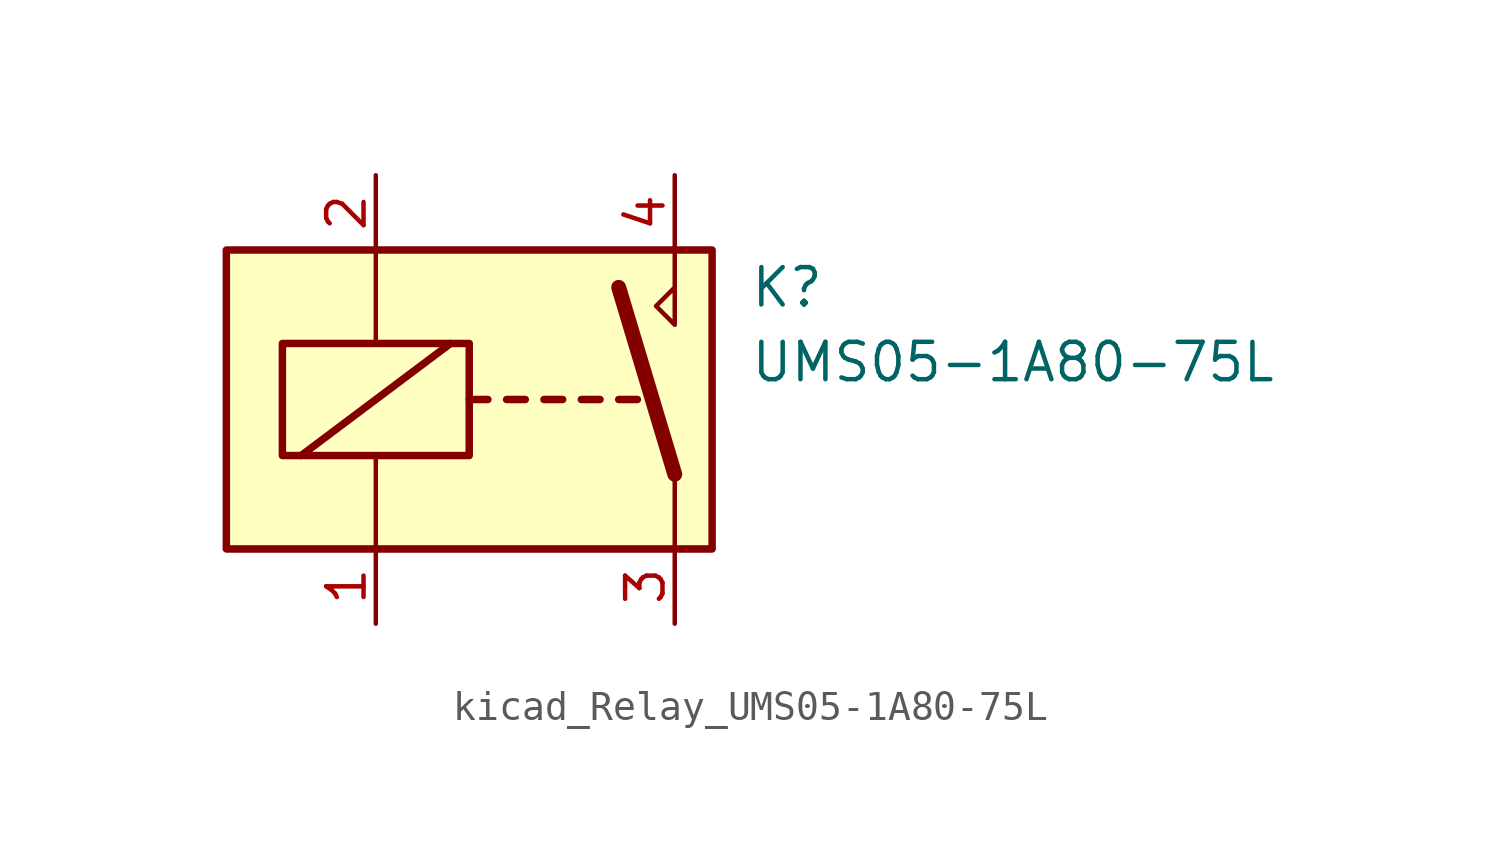
<source format=kicad_sym>
(kicad_symbol_lib
  (version 20220914)
  (generator kicad_symbol_editor)
  (symbol "kicad_Relay_UMS05-1A80-75L"
    (property "Reference" "K"
      (at 7.62 3.81 0)
      (effects (font (size 1.27 1.27)) (justify left)))
    (property "Value" "UMS05-1A80-75L"
      (at 7.62 1.27 0)
      (effects (font (size 1.27 1.27)) (justify left)))
    (symbol "kicad_Relay_UMS05-1A80-75L_0_0"
      (polyline (pts (xy 5.08 5.08) (xy 5.08 2.54) (xy 4.445 3.175) (xy 5.08 3.81)) (stroke (width 0) (type default)) (fill (type none))))
    (symbol "kicad_Relay_UMS05-1A80-75L_0_1"
      (rectangle (start -10.16 5.08) (end 6.35 -5.08) (stroke (width 0.254) (type default)) (fill (type background)))
      (rectangle (start -8.255 1.905) (end -1.905 -1.905) (stroke (width 0.254) (type default)) (fill (type none)))
      (polyline (pts (xy -7.62 -1.905) (xy -2.54 1.905)) (stroke (width 0.254) (type default)) (fill (type none)))
      (polyline (pts (xy -5.08 -5.08) (xy -5.08 -1.905)) (stroke (width 0) (type default)) (fill (type none)))
      (polyline (pts (xy -5.08 5.08) (xy -5.08 1.905)) (stroke (width 0) (type default)) (fill (type none)))
      (polyline (pts (xy -1.905 0) (xy -1.27 0)) (stroke (width 0.254) (type default)) (fill (type none)))
      (polyline (pts (xy -0.635 0) (xy 0 0)) (stroke (width 0.254) (type default)) (fill (type none)))
      (polyline (pts (xy 0.635 0) (xy 1.27 0)) (stroke (width 0.254) (type default)) (fill (type none)))
      (polyline (pts (xy 1.905 0) (xy 2.54 0)) (stroke (width 0.254) (type default)) (fill (type none)))
      (polyline (pts (xy 3.175 0) (xy 3.81 0)) (stroke (width 0.254) (type default)) (fill (type none)))
      (polyline (pts (xy 5.08 -2.54) (xy 3.175 3.81)) (stroke (width 0.508) (type default)) (fill (type none)))
      (polyline (pts (xy 5.08 -2.54) (xy 5.08 -5.08)) (stroke (width 0) (type default)) (fill (type none))))
    (symbol "kicad_Relay_UMS05-1A80-75L_1_1"
      (pin passive line (at -5.08 -7.62 90) (length 2.54) (name "~" (effects (font (size 1.27 1.27)))) (number "1" (effects (font (size 1.27 1.27)))))
      (pin passive line (at -5.08 7.62 270) (length 2.54) (name "~" (effects (font (size 1.27 1.27)))) (number "2" (effects (font (size 1.27 1.27)))))
      (pin passive line (at 5.08 -7.62 90) (length 2.54) (name "~" (effects (font (size 1.27 1.27)))) (number "3" (effects (font (size 1.27 1.27)))))
      (pin passive line (at 5.08 7.62 270) (length 2.54) (name "~" (effects (font (size 1.27 1.27)))) (number "4" (effects (font (size 1.27 1.27))))))))
</source>
